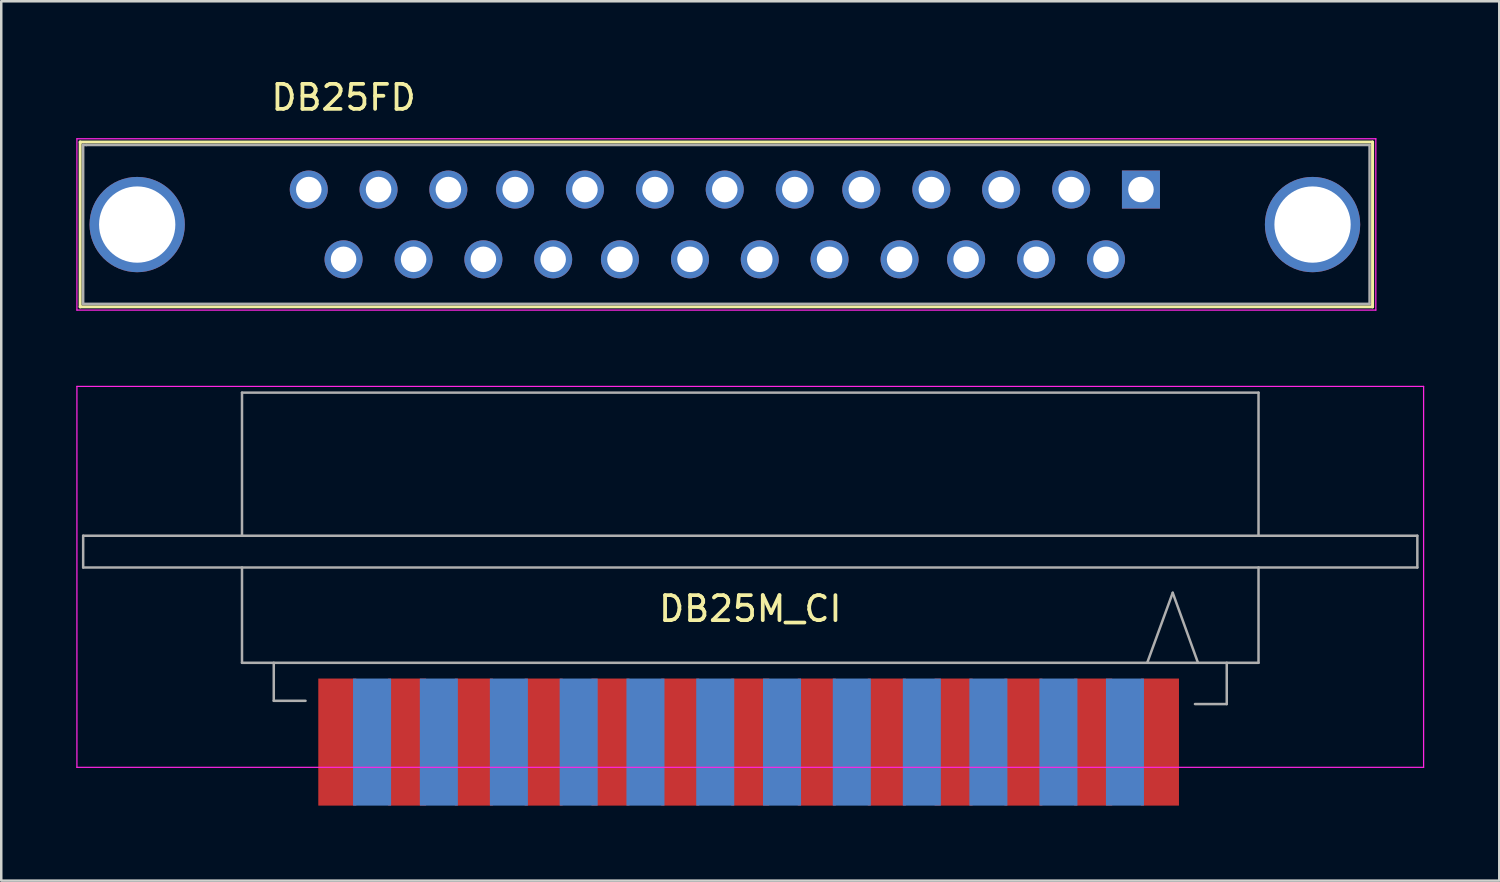
<source format=kicad_pcb>
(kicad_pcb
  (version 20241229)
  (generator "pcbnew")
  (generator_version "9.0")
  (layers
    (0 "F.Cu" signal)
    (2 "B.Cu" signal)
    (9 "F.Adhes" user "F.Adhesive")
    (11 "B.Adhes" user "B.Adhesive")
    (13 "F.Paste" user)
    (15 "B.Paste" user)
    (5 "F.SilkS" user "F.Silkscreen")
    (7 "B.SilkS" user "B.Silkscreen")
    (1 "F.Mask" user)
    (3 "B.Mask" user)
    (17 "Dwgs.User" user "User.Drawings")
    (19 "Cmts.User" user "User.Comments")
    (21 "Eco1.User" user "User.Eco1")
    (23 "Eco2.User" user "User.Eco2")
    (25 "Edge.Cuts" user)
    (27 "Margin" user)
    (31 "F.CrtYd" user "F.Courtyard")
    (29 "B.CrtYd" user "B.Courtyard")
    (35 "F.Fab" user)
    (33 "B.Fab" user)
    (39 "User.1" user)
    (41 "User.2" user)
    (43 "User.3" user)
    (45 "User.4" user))
  (footprint "DB25M_CI"
    (layer "F.Cu")
    (at 43.325 26.618)
    (property "Reference" "DB25M_CI" (at -16.38 -5.33 180) (layer "F.SilkS") (effects (font (size 1 1) (thickness 0.15))))
    (attr through_hole)
    (fp_line (start -43.3 -14.22) (end -43.3 1.01) (stroke (width 0.05) (type solid)) (layer "F.CrtYd"))
    (fp_line (start -43.3 -14.22) (end 10.54 -14.22) (stroke (width 0.05) (type solid)) (layer "F.CrtYd"))
    (fp_line (start 10.54 1.01) (end -43.3 1.01) (stroke (width 0.05) (type solid)) (layer "F.CrtYd"))
    (fp_line (start 10.54 1.01) (end 10.54 -14.22) (stroke (width 0.05) (type solid)) (layer "F.CrtYd"))
    (fp_line (start -43.05 -8.25) (end -43.05 -6.98) (stroke (width 0.1) (type solid)) (layer "F.Fab"))
    (fp_line (start -43.05 -6.98) (end 10.29 -6.98) (stroke (width 0.1) (type solid)) (layer "F.Fab"))
    (fp_line (start -36.7 -13.97) (end 3.94 -13.97) (stroke (width 0.1) (type solid)) (layer "F.Fab"))
    (fp_line (start -36.7 -8.25) (end -36.7 -13.97) (stroke (width 0.1) (type solid)) (layer "F.Fab"))
    (fp_line (start -36.7 -3.17) (end -36.7 -6.98) (stroke (width 0.1) (type solid)) (layer "F.Fab"))
    (fp_line (start -35.43 -3.17) (end -35.43 -1.65) (stroke (width 0.1) (type solid)) (layer "F.Fab"))
    (fp_line (start -35.43 -1.65) (end -34.16 -1.65) (stroke (width 0.1) (type solid)) (layer "F.Fab"))
    (fp_line (start -0.51 -3.17) (end 0.51 -5.97) (stroke (width 0.1) (type solid)) (layer "F.Fab"))
    (fp_line (start 0.51 -5.97) (end 1.52 -3.17) (stroke (width 0.1) (type solid)) (layer "F.Fab"))
    (fp_line (start 2.67 -3.17) (end 2.67 -1.52) (stroke (width 0.1) (type solid)) (layer "F.Fab"))
    (fp_line (start 2.67 -1.52) (end 1.4 -1.52) (stroke (width 0.1) (type solid)) (layer "F.Fab"))
    (fp_line (start 3.94 -13.97) (end 3.94 -8.25) (stroke (width 0.1) (type solid)) (layer "F.Fab"))
    (fp_line (start 3.94 -6.98) (end 3.94 -3.17) (stroke (width 0.1) (type solid)) (layer "F.Fab"))
    (fp_line (start 3.94 -3.17) (end -36.7 -3.17) (stroke (width 0.1) (type solid)) (layer "F.Fab"))
    (fp_line (start 10.29 -8.25) (end -43.05 -8.25) (stroke (width 0.1) (type solid)) (layer "F.Fab"))
    (fp_line (start 10.29 -8.25) (end 10.29 -6.98) (stroke (width 0.1) (type solid)) (layer "F.Fab"))
    (pad "1" connect rect (at 0 0 90) (size 5.08 1.52) (layers "F.Cu" "F.Mask"))
    (pad "2" connect rect (at -2.67 0 90) (size 5.08 1.52) (layers "F.Cu" "F.Mask"))
    (pad "3" connect rect (at -5.46 0 90) (size 5.08 1.52) (layers "F.Cu" "F.Mask"))
    (pad "4" connect rect (at -8.25 0 90) (size 5.08 1.52) (layers "F.Cu" "F.Mask"))
    (pad "5" connect rect (at -10.92 0 90) (size 5.08 1.52) (layers "F.Cu" "F.Mask"))
    (pad "6" connect rect (at -13.72 0 90) (size 5.08 1.52) (layers "F.Cu" "F.Mask"))
    (pad "7" connect rect (at -16.38 0 90) (size 5.08 1.52) (layers "F.Cu" "F.Mask"))
    (pad "8" connect rect (at -19.18 0 90) (size 5.08 1.52) (layers "F.Cu" "F.Mask"))
    (pad "9" connect rect (at -21.97 0 90) (size 5.08 1.52) (layers "F.Cu" "F.Mask"))
    (pad "10" connect rect (at -24.64 0 90) (size 5.08 1.52) (layers "F.Cu" "F.Mask"))
    (pad "11" connect rect (at -27.43 0 90) (size 5.08 1.52) (layers "F.Cu" "F.Mask"))
    (pad "12" connect rect (at -30.1 0 90) (size 5.08 1.52) (layers "F.Cu" "F.Mask"))
    (pad "13" connect rect (at -32.89 0 90) (size 5.08 1.52) (layers "F.Cu" "F.Mask"))
    (pad "14" connect rect (at -1.4 0 90) (size 5.08 1.52) (layers "B.Cu" "B.Mask"))
    (pad "15" connect rect (at -4.06 0 90) (size 5.08 1.52) (layers "B.Cu" "B.Mask"))
    (pad "16" connect rect (at -6.86 0 90) (size 5.08 1.52) (layers "B.Cu" "B.Mask"))
    (pad "17" connect rect (at -9.52 0 90) (size 5.08 1.52) (layers "B.Cu" "B.Mask"))
    (pad "18" connect rect (at -12.32 0 90) (size 5.08 1.52) (layers "B.Cu" "B.Mask"))
    (pad "19" connect rect (at -15.11 0 90) (size 5.08 1.52) (layers "B.Cu" "B.Mask"))
    (pad "20" connect rect (at -17.78 0 90) (size 5.08 1.52) (layers "B.Cu" "B.Mask"))
    (pad "21" connect rect (at -20.57 0 90) (size 5.08 1.52) (layers "B.Cu" "B.Mask"))
    (pad "22" connect rect (at -23.24 0 90) (size 5.08 1.52) (layers "B.Cu" "B.Mask"))
    (pad "23" connect rect (at -26.03 0 90) (size 5.08 1.52) (layers "B.Cu" "B.Mask"))
    (pad "24" connect rect (at -28.83 0 90) (size 5.08 1.52) (layers "B.Cu" "B.Mask"))
    (pad "25" connect rect (at -31.5 0 90) (size 5.08 1.52) (layers "B.Cu" "B.Mask")))
  (footprint "DB25FD"
    (layer "F.Cu")
    (at 42.565 4.528)
    (property "Reference" "DB25FD" (at -31.88 -3.68 180) (layer "F.SilkS") (effects (font (size 1 1) (thickness 0.15))))
    (attr through_hole)
    (fp_line (start -42.41 -1.9) (end -42.41 4.69) (stroke (width 0.12) (type solid)) (layer "F.SilkS"))
    (fp_line (start -42.41 -1.9) (end 9.26 -1.9) (stroke (width 0.12) (type solid)) (layer "F.SilkS"))
    (fp_line (start 9.26 4.69) (end -42.41 4.69) (stroke (width 0.12) (type solid)) (layer "F.SilkS"))
    (fp_line (start 9.26 4.69) (end 9.26 -1.9) (stroke (width 0.12) (type solid)) (layer "F.SilkS"))
    (fp_line (start -42.54 -2.03) (end -42.54 4.82) (stroke (width 0.05) (type solid)) (layer "F.CrtYd"))
    (fp_line (start -42.54 -2.03) (end 9.39 -2.03) (stroke (width 0.05) (type solid)) (layer "F.CrtYd"))
    (fp_line (start 9.39 4.82) (end -42.54 4.82) (stroke (width 0.05) (type solid)) (layer "F.CrtYd"))
    (fp_line (start 9.39 4.82) (end 9.39 -2.03) (stroke (width 0.05) (type solid)) (layer "F.CrtYd"))
    (fp_line (start -42.29 -1.78) (end -42.29 -1.78) (stroke (width 0.1) (type solid)) (layer "F.Fab"))
    (fp_line (start -42.29 -1.78) (end -42.29 4.57) (stroke (width 0.1) (type solid)) (layer "F.Fab"))
    (fp_line (start -42.29 4.57) (end 9.14 4.57) (stroke (width 0.1) (type solid)) (layer "F.Fab"))
    (fp_line (start -42.16 -1.78) (end -42.29 -1.78) (stroke (width 0.1) (type solid)) (layer "F.Fab"))
    (fp_line (start 9.14 -1.78) (end -42.16 -1.78) (stroke (width 0.1) (type solid)) (layer "F.Fab"))
    (fp_line (start 9.14 4.57) (end 9.14 -1.78) (stroke (width 0.1) (type solid)) (layer "F.Fab"))
    (pad "0" thru_hole circle (at -40.13 1.4) (size 3.81 3.81) (drill 3.05) (layers "*.Cu" "*.Mask"))
    (pad "0" thru_hole circle (at 6.86 1.4) (size 3.81 3.81) (drill 3.05) (layers "*.Cu" "*.Mask"))
    (pad "1" thru_hole rect (at 0 0) (size 1.52 1.52) (drill 1.02) (layers "*.Cu" "*.Mask"))
    (pad "2" thru_hole circle (at -2.79 0) (size 1.52 1.52) (drill 1.02) (layers "*.Cu" "*.Mask"))
    (pad "3" thru_hole circle (at -5.59 0) (size 1.52 1.52) (drill 1.02) (layers "*.Cu" "*.Mask"))
    (pad "4" thru_hole circle (at -8.38 0) (size 1.52 1.52) (drill 1.02) (layers "*.Cu" "*.Mask"))
    (pad "5" thru_hole circle (at -11.18 0) (size 1.52 1.52) (drill 1.02) (layers "*.Cu" "*.Mask"))
    (pad "6" thru_hole circle (at -13.84 0) (size 1.52 1.52) (drill 1.02) (layers "*.Cu" "*.Mask"))
    (pad "7" thru_hole circle (at -16.64 0) (size 1.52 1.52) (drill 1.02) (layers "*.Cu" "*.Mask"))
    (pad "8" thru_hole circle (at -19.43 0) (size 1.52 1.52) (drill 1.02) (layers "*.Cu" "*.Mask"))
    (pad "9" thru_hole circle (at -22.23 0) (size 1.52 1.52) (drill 1.02) (layers "*.Cu" "*.Mask"))
    (pad "10" thru_hole circle (at -25.02 0) (size 1.52 1.52) (drill 1.02) (layers "*.Cu" "*.Mask"))
    (pad "11" thru_hole circle (at -27.69 0) (size 1.52 1.52) (drill 1.02) (layers "*.Cu" "*.Mask"))
    (pad "12" thru_hole circle (at -30.48 0) (size 1.52 1.52) (drill 1.02) (layers "*.Cu" "*.Mask"))
    (pad "13" thru_hole circle (at -33.27 0) (size 1.52 1.52) (drill 1.02) (layers "*.Cu" "*.Mask"))
    (pad "14" thru_hole circle (at -1.4 2.79) (size 1.52 1.52) (drill 1.02) (layers "*.Cu" "*.Mask"))
    (pad "15" thru_hole circle (at -4.19 2.79) (size 1.52 1.52) (drill 1.02) (layers "*.Cu" "*.Mask"))
    (pad "16" thru_hole circle (at -6.99 2.79) (size 1.52 1.52) (drill 1.02) (layers "*.Cu" "*.Mask"))
    (pad "17" thru_hole circle (at -9.65 2.79) (size 1.52 1.52) (drill 1.02) (layers "*.Cu" "*.Mask"))
    (pad "18" thru_hole circle (at -12.45 2.79) (size 1.52 1.52) (drill 1.02) (layers "*.Cu" "*.Mask"))
    (pad "19" thru_hole circle (at -15.24 2.79) (size 1.52 1.52) (drill 1.02) (layers "*.Cu" "*.Mask"))
    (pad "20" thru_hole circle (at -18.03 2.79) (size 1.52 1.52) (drill 1.02) (layers "*.Cu" "*.Mask"))
    (pad "21" thru_hole circle (at -20.83 2.79) (size 1.52 1.52) (drill 1.02) (layers "*.Cu" "*.Mask"))
    (pad "22" thru_hole circle (at -23.5 2.79) (size 1.52 1.52) (drill 1.02) (layers "*.Cu" "*.Mask"))
    (pad "23" thru_hole circle (at -26.29 2.79) (size 1.52 1.52) (drill 1.02) (layers "*.Cu" "*.Mask"))
    (pad "24" thru_hole circle (at -29.08 2.79) (size 1.52 1.52) (drill 1.02) (layers "*.Cu" "*.Mask"))
    (pad "25" thru_hole circle (at -31.88 2.79) (size 1.52 1.52) (drill 1.02) (layers "*.Cu" "*.Mask")))
  (gr_rect
    (start -3 -3)
    (end 56.89 32.158)
    (stroke (width 0.1) (type default))
    (fill no)
    (layer "Edge.Cuts")))
</source>
